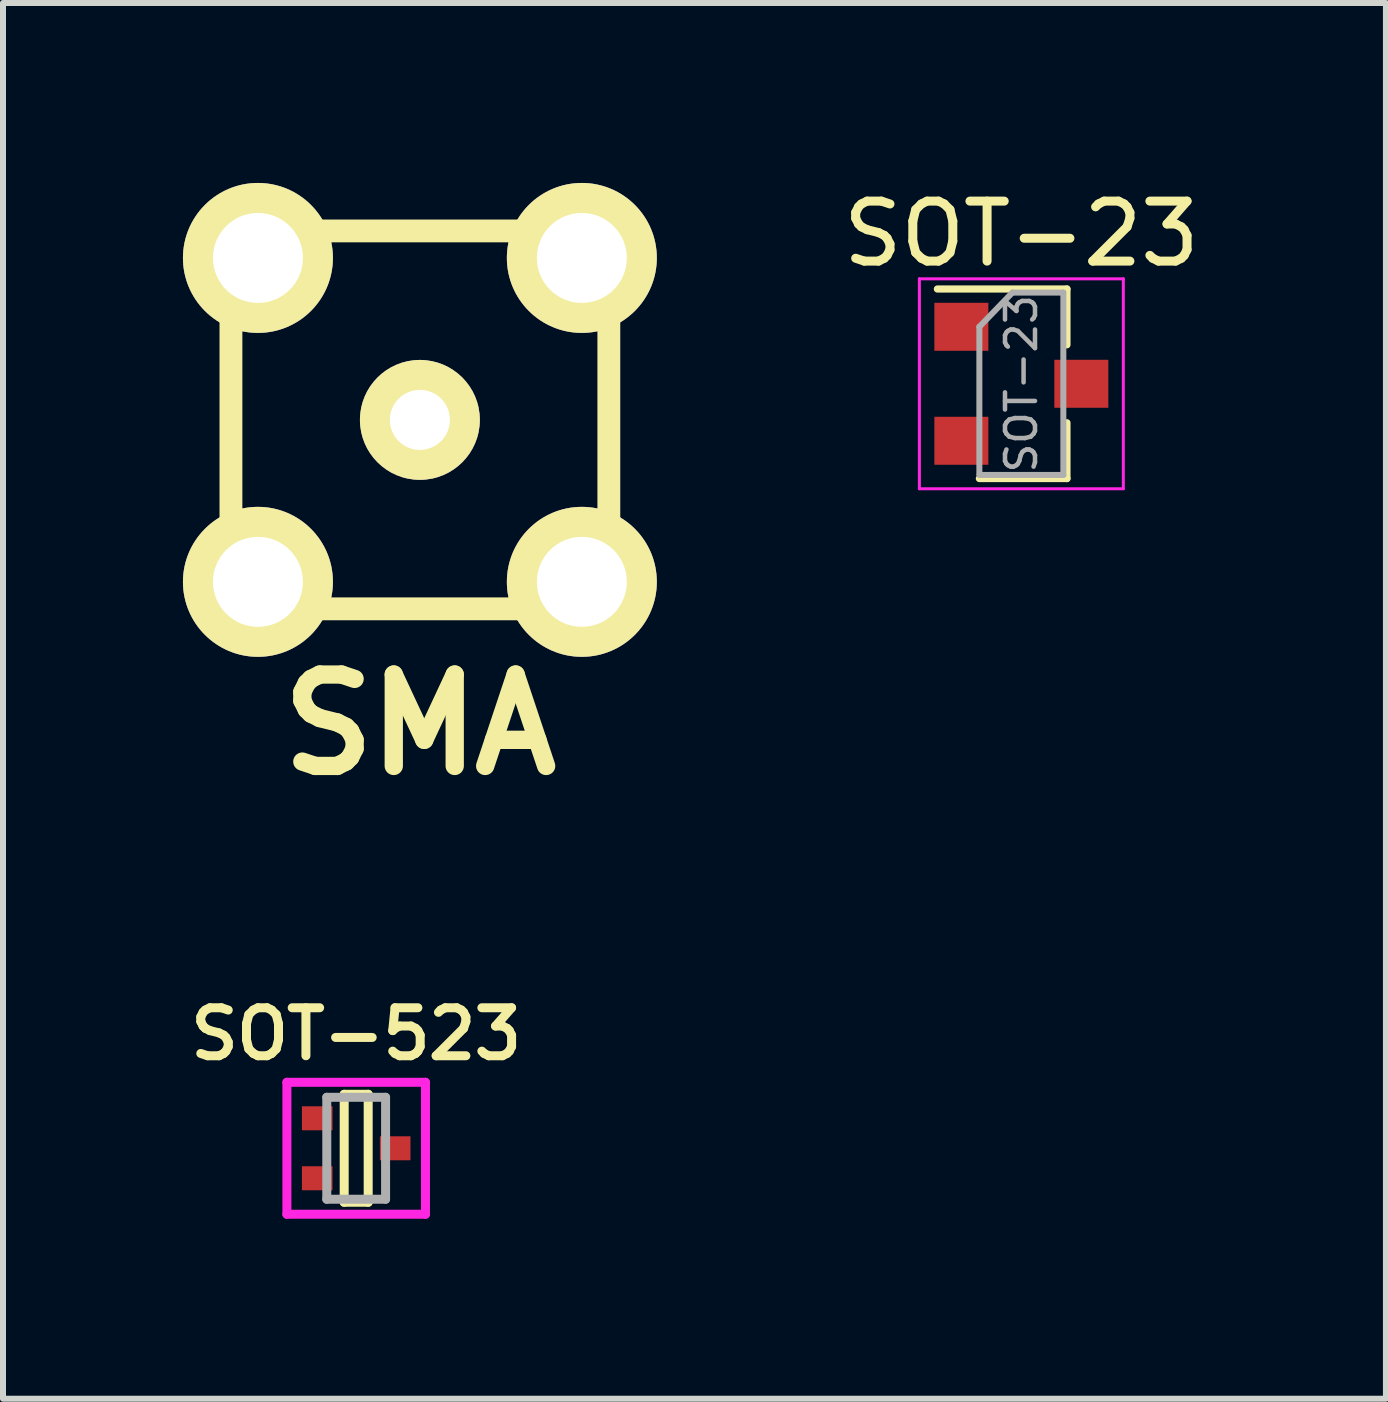
<source format=kicad_pcb>
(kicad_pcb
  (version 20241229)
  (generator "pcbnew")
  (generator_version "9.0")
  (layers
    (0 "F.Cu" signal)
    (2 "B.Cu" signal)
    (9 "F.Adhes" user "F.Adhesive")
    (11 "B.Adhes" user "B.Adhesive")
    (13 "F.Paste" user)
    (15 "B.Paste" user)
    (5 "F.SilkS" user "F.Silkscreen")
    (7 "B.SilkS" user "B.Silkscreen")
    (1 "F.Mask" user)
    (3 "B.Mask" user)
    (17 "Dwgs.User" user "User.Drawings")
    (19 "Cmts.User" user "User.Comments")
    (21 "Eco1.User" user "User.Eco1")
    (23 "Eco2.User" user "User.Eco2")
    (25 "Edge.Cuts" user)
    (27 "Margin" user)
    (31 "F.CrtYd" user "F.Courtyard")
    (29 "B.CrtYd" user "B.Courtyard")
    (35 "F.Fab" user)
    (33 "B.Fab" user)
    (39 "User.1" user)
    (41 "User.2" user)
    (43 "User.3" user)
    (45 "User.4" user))
  (footprint "SMA"
    (layer "F.Cu")
    (at 3.95 3.95)
    (property "Reference" "SMA" (at 0 5.08 0) (layer "F.SilkS") (effects (font (size 1.524 1.524) (thickness 0.305))))
    (attr through_hole)
    (fp_line (start -3.15 -3.15) (end 3.15 -3.15) (stroke (width 0.381) (type solid)) (layer "F.SilkS"))
    (fp_line (start -3.15 3.15) (end -3.15 -3.15) (stroke (width 0.381) (type solid)) (layer "F.SilkS"))
    (fp_line (start 3.15 -3.15) (end 3.15 3.15) (stroke (width 0.381) (type solid)) (layer "F.SilkS"))
    (fp_line (start 3.15 3.15) (end -3.15 3.15) (stroke (width 0.381) (type solid)) (layer "F.SilkS"))
    (pad "1" thru_hole circle (at 0 0) (size 1.999 1.999) (drill 1.001) (layers "*.Cu" "*.Mask" "F.SilkS"))
    (pad "2" thru_hole circle (at -2.7 -2.7) (size 2.5 2.5) (drill 1.5) (layers "*.Cu" "*.Mask" "F.SilkS"))
    (pad "2" thru_hole circle (at -2.7 2.7) (size 2.5 2.5) (drill 1.5) (layers "*.Cu" "*.Mask" "F.SilkS"))
    (pad "2" thru_hole circle (at 2.7 -2.7) (size 2.5 2.5) (drill 1.5) (layers "*.Cu" "*.Mask" "F.SilkS"))
    (pad "2" thru_hole circle (at 2.7 2.7) (size 2.5 2.5) (drill 1.5) (layers "*.Cu" "*.Mask" "F.SilkS")))
  (footprint "SOT-23"
    (layer "F.Cu")
    (at 13.977 3.348)
    (property "Reference" "SOT-23" (at 0 -2.5 0) (layer "F.SilkS") (effects (font (size 1 1) (thickness 0.15))))
    (attr smd)
    (fp_line (start 0.76 -1.58) (end -1.4 -1.58) (stroke (width 0.12) (type solid)) (layer "F.SilkS"))
    (fp_line (start 0.76 -1.58) (end 0.76 -0.65) (stroke (width 0.12) (type solid)) (layer "F.SilkS"))
    (fp_line (start 0.76 1.58) (end -0.7 1.58) (stroke (width 0.12) (type solid)) (layer "F.SilkS"))
    (fp_line (start 0.76 1.58) (end 0.76 0.65) (stroke (width 0.12) (type solid)) (layer "F.SilkS"))
    (fp_line (start -1.7 -1.75) (end 1.7 -1.75) (stroke (width 0.05) (type solid)) (layer "F.CrtYd"))
    (fp_line (start -1.7 1.75) (end -1.7 -1.75) (stroke (width 0.05) (type solid)) (layer "F.CrtYd"))
    (fp_line (start 1.7 -1.75) (end 1.7 1.75) (stroke (width 0.05) (type solid)) (layer "F.CrtYd"))
    (fp_line (start 1.7 1.75) (end -1.7 1.75) (stroke (width 0.05) (type solid)) (layer "F.CrtYd"))
    (fp_line (start -0.7 -0.95) (end -0.7 1.5) (stroke (width 0.1) (type solid)) (layer "F.Fab"))
    (fp_line (start -0.7 -0.95) (end -0.15 -1.52) (stroke (width 0.1) (type solid)) (layer "F.Fab"))
    (fp_line (start -0.7 1.52) (end 0.7 1.52) (stroke (width 0.1) (type solid)) (layer "F.Fab"))
    (fp_line (start -0.15 -1.52) (end 0.7 -1.52) (stroke (width 0.1) (type solid)) (layer "F.Fab"))
    (fp_line (start 0.7 -1.52) (end 0.7 1.52) (stroke (width 0.1) (type solid)) (layer "F.Fab"))
    (fp_text user "${REFERENCE}" (at 0 0 90) (layer "F.Fab") (effects (font (size 0.5 0.5) (thickness 0.075))))
    (pad "1" smd rect (at -1 0.95) (size 0.9 0.8) (layers "F.Cu" "F.Mask" "F.Paste"))
    (pad "2" smd rect (at 1 0) (size 0.9 0.8) (layers "F.Cu" "F.Mask" "F.Paste"))
    (pad "3" smd rect (at -1 -0.95) (size 0.9 0.8) (layers "F.Cu" "F.Mask" "F.Paste")))
  (footprint "SOT-523"
    (layer "F.Cu")
    (at 2.888 16.093)
    (property "Reference" "SOT-523" (at 0 -1.905 0) (layer "F.SilkS") (effects (font (size 0.8 0.8) (thickness 0.15))))
    (attr smd)
    (fp_line (start -0.2 -0.9) (end -0.2 0.9) (stroke (width 0.15) (type solid)) (layer "F.SilkS"))
    (fp_line (start -0.2 0.9) (end 0.2 0.9) (stroke (width 0.15) (type solid)) (layer "F.SilkS"))
    (fp_line (start 0.2 -0.9) (end -0.2 -0.9) (stroke (width 0.15) (type solid)) (layer "F.SilkS"))
    (fp_line (start 0.2 0.9) (end 0.2 -0.9) (stroke (width 0.15) (type solid)) (layer "F.SilkS"))
    (fp_line (start -1.155 -1.1) (end 1.155 -1.1) (stroke (width 0.15) (type solid)) (layer "F.CrtYd"))
    (fp_line (start -1.155 1.1) (end -1.155 -1.1) (stroke (width 0.15) (type solid)) (layer "F.CrtYd"))
    (fp_line (start 1.155 -1.1) (end 1.155 1.1) (stroke (width 0.15) (type solid)) (layer "F.CrtYd"))
    (fp_line (start 1.155 1.1) (end -1.155 1.1) (stroke (width 0.15) (type solid)) (layer "F.CrtYd"))
    (fp_line (start -0.49 -0.85) (end 0.49 -0.85) (stroke (width 0.15) (type solid)) (layer "F.Fab"))
    (fp_line (start -0.49 0.85) (end -0.49 -0.85) (stroke (width 0.15) (type solid)) (layer "F.Fab"))
    (fp_line (start 0.49 -0.85) (end 0.49 0.85) (stroke (width 0.15) (type solid)) (layer "F.Fab"))
    (fp_line (start 0.49 0.85) (end -0.49 0.85) (stroke (width 0.15) (type solid)) (layer "F.Fab"))
    (pad "1" smd rect (at -0.65 -0.5 180) (size 0.51 0.4) (layers "F.Cu" "F.Mask" "F.Paste"))
    (pad "2" smd rect (at -0.65 0.5 180) (size 0.51 0.4) (layers "F.Cu" "F.Mask" "F.Paste"))
    (pad "3" smd rect (at 0.65 0 180) (size 0.51 0.4) (layers "F.Cu" "F.Mask" "F.Paste")))
  (gr_rect
    (start -3 -3)
    (end 20.055 20.268)
    (stroke (width 0.1) (type default))
    (fill no)
    (layer "Edge.Cuts")))
</source>
